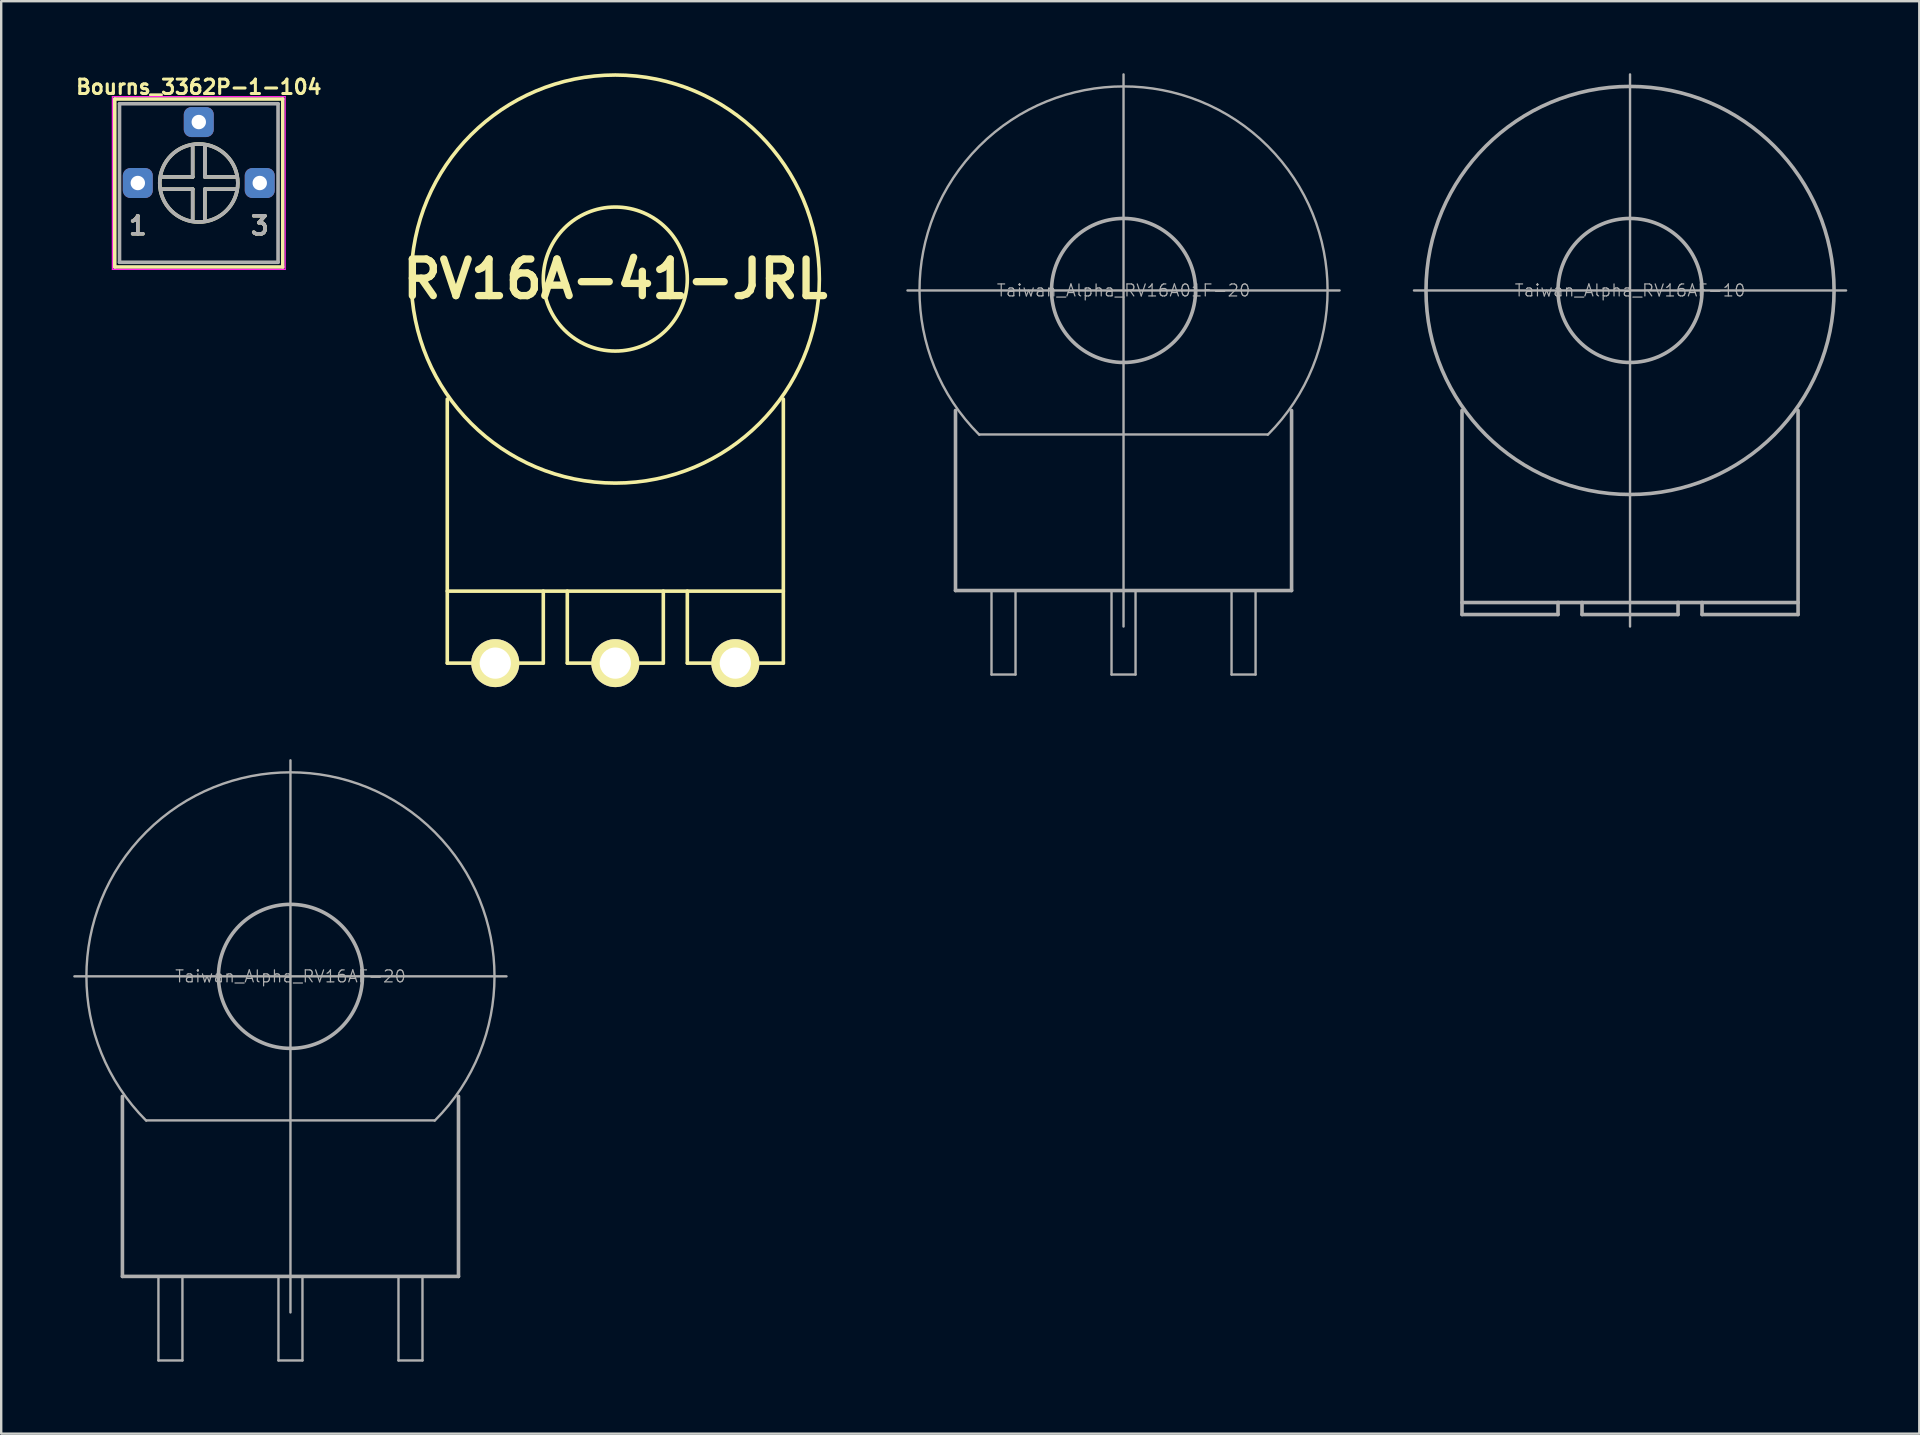
<source format=kicad_pcb>
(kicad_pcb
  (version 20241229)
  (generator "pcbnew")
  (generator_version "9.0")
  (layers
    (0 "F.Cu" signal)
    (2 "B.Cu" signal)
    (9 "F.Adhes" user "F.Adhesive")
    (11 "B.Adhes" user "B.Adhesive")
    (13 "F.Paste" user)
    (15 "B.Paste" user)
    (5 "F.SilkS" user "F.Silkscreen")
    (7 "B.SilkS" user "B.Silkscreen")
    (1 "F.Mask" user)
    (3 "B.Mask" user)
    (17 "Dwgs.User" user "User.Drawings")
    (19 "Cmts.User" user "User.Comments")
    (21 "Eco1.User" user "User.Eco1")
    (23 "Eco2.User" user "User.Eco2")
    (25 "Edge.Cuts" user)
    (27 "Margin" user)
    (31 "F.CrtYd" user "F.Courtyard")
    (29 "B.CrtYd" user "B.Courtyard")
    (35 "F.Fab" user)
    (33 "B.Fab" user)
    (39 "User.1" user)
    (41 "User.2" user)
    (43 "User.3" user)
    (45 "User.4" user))
  (footprint "RV16A-41-JRL"
    (layer "F.Cu")
    (at 22.583 8.575)
    (property "Reference" "RV16A-41-JRL" (at 0 0 0) (layer "F.SilkS") (effects (font (size 1.524 1.524) (thickness 0.305))))
    (attr through_hole)
    (fp_line (start -7 13) (end 7 13) (stroke (width 0.15) (type solid)) (layer "F.SilkS"))
    (fp_line (start -7 16) (end -7 5) (stroke (width 0.15) (type solid)) (layer "F.SilkS"))
    (fp_line (start -3 13) (end -3 16) (stroke (width 0.15) (type solid)) (layer "F.SilkS"))
    (fp_line (start -3 16) (end -7 16) (stroke (width 0.15) (type solid)) (layer "F.SilkS"))
    (fp_line (start -2 16) (end -2 13) (stroke (width 0.15) (type solid)) (layer "F.SilkS"))
    (fp_line (start 2 13) (end 2 16) (stroke (width 0.15) (type solid)) (layer "F.SilkS"))
    (fp_line (start 2 16) (end -2 16) (stroke (width 0.15) (type solid)) (layer "F.SilkS"))
    (fp_line (start 3 16) (end 3 13) (stroke (width 0.15) (type solid)) (layer "F.SilkS"))
    (fp_line (start 7 16) (end 3 16) (stroke (width 0.15) (type solid)) (layer "F.SilkS"))
    (fp_line (start 7 16) (end 7 5) (stroke (width 0.15) (type solid)) (layer "F.SilkS"))
    (fp_circle (center 0 0) (end 0 3) (stroke (width 0.15) (type solid)) (fill no) (layer "F.SilkS"))
    (fp_circle (center 0 0) (end 0 8.5) (stroke (width 0.15) (type solid)) (fill no) (layer "F.SilkS"))
    (pad "1" thru_hole circle (at -5 16) (size 1.999 1.999) (drill 1.3) (layers "*.Cu" "*.Mask" "F.SilkS"))
    (pad "2" thru_hole circle (at 0 16) (size 1.999 1.999) (drill 1.3) (layers "*.Cu" "*.Mask" "F.SilkS"))
    (pad "3" thru_hole circle (at 5 16) (size 1.999 1.999) (drill 1.3) (layers "*.Cu" "*.Mask" "F.SilkS")))
  (footprint "Taiwan_Alpha_RV16AF-20"
    (layer "F.Cu")
    (at 9.05 37.624)
    (property "Reference" "Taiwan_Alpha_RV16AF-20" (at 0 0 0) (layer "F.Fab") (effects (font (size 0.5 0.5) (thickness 0.05))))
    (attr through_hole)
    (fp_line (start -9 0) (end 9 0) (stroke (width 0.1) (type solid)) (layer "F.Fab"))
    (fp_line (start -7 12.5) (end -7 5) (stroke (width 0.15) (type solid)) (layer "F.Fab"))
    (fp_line (start -7 12.5) (end 7 12.5) (stroke (width 0.15) (type solid)) (layer "F.Fab"))
    (fp_line (start -6 6) (end 6 6) (stroke (width 0.1) (type solid)) (layer "F.Fab"))
    (fp_line (start -5.5 12.5) (end -5.5 16) (stroke (width 0.1) (type solid)) (layer "F.Fab"))
    (fp_line (start -5.5 16) (end -4.5 16) (stroke (width 0.1) (type solid)) (layer "F.Fab"))
    (fp_line (start -4.5 16) (end -4.5 12.5) (stroke (width 0.1) (type solid)) (layer "F.Fab"))
    (fp_line (start -0.5 12.5) (end -0.5 16) (stroke (width 0.1) (type solid)) (layer "F.Fab"))
    (fp_line (start -0.5 16) (end 0.5 16) (stroke (width 0.1) (type solid)) (layer "F.Fab"))
    (fp_line (start 0 0) (end 0 -9) (stroke (width 0.1) (type solid)) (layer "F.Fab"))
    (fp_line (start 0 0) (end 0 14) (stroke (width 0.1) (type solid)) (layer "F.Fab"))
    (fp_line (start 0.5 16) (end 0.5 12.5) (stroke (width 0.1) (type solid)) (layer "F.Fab"))
    (fp_line (start 4.5 12.5) (end 4.5 16) (stroke (width 0.1) (type solid)) (layer "F.Fab"))
    (fp_line (start 4.5 16) (end 5.5 16) (stroke (width 0.1) (type solid)) (layer "F.Fab"))
    (fp_line (start 5.5 16) (end 5.5 12.5) (stroke (width 0.1) (type solid)) (layer "F.Fab"))
    (fp_line (start 7 12.5) (end 7 5) (stroke (width 0.15) (type solid)) (layer "F.Fab"))
    (fp_arc (start -6.010408 6.010408) (mid 0 -8.500001) (end 6.010408 6.010408) (stroke (width 0.1) (type solid)) (layer "F.Fab"))
    (fp_circle (center 0 0) (end 3 0) (stroke (width 0.15) (type solid)) (fill no) (layer "F.Fab")))
  (footprint "Taiwan_Alpha_RV16AF-10"
    (layer "F.Cu")
    (at 64.855 9.05)
    (property "Reference" "Taiwan_Alpha_RV16AF-10" (at 0 0 0) (layer "F.Fab") (effects (font (size 0.5 0.5) (thickness 0.05))))
    (attr through_hole)
    (fp_line (start -9 0) (end 9 0) (stroke (width 0.1) (type solid)) (layer "F.Fab"))
    (fp_line (start -7 13) (end 7 13) (stroke (width 0.15) (type solid)) (layer "F.Fab"))
    (fp_line (start -7 13.5) (end -7 5) (stroke (width 0.15) (type solid)) (layer "F.Fab"))
    (fp_line (start -3 13) (end -3 13.5) (stroke (width 0.15) (type solid)) (layer "F.Fab"))
    (fp_line (start -3 13.5) (end -7 13.5) (stroke (width 0.15) (type solid)) (layer "F.Fab"))
    (fp_line (start -2 13.5) (end -2 13) (stroke (width 0.15) (type solid)) (layer "F.Fab"))
    (fp_line (start 0 0) (end 0 -9) (stroke (width 0.1) (type solid)) (layer "F.Fab"))
    (fp_line (start 0 0) (end 0 14) (stroke (width 0.1) (type solid)) (layer "F.Fab"))
    (fp_line (start 2 13) (end 2 13.5) (stroke (width 0.15) (type solid)) (layer "F.Fab"))
    (fp_line (start 2 13.5) (end -2 13.5) (stroke (width 0.15) (type solid)) (layer "F.Fab"))
    (fp_line (start 3 13.5) (end 3 13) (stroke (width 0.15) (type solid)) (layer "F.Fab"))
    (fp_line (start 7 13.5) (end 3 13.5) (stroke (width 0.15) (type solid)) (layer "F.Fab"))
    (fp_line (start 7 13.5) (end 7 5) (stroke (width 0.15) (type solid)) (layer "F.Fab"))
    (fp_circle (center 0 0) (end 3 0) (stroke (width 0.15) (type solid)) (fill no) (layer "F.Fab"))
    (fp_circle (center 0 0) (end 8.5 0) (stroke (width 0.15) (type solid)) (fill no) (layer "F.Fab")))
  (footprint "Taiwan_Alpha_RV16A01F-20"
    (layer "F.Cu")
    (at 43.755 9.05)
    (property "Reference" "Taiwan_Alpha_RV16A01F-20" (at 0 0 0) (layer "F.Fab") (effects (font (size 0.5 0.5) (thickness 0.05))))
    (attr through_hole)
    (fp_line (start -9 0) (end 9 0) (stroke (width 0.1) (type solid)) (layer "F.Fab"))
    (fp_line (start -7 12.5) (end -7 5) (stroke (width 0.15) (type solid)) (layer "F.Fab"))
    (fp_line (start -7 12.5) (end 7 12.5) (stroke (width 0.15) (type solid)) (layer "F.Fab"))
    (fp_line (start -6 6) (end 6 6) (stroke (width 0.1) (type solid)) (layer "F.Fab"))
    (fp_line (start -5.5 12.5) (end -5.5 16) (stroke (width 0.1) (type solid)) (layer "F.Fab"))
    (fp_line (start -5.5 16) (end -4.5 16) (stroke (width 0.1) (type solid)) (layer "F.Fab"))
    (fp_line (start -4.5 16) (end -4.5 12.5) (stroke (width 0.1) (type solid)) (layer "F.Fab"))
    (fp_line (start -0.5 12.5) (end -0.5 16) (stroke (width 0.1) (type solid)) (layer "F.Fab"))
    (fp_line (start -0.5 16) (end 0.5 16) (stroke (width 0.1) (type solid)) (layer "F.Fab"))
    (fp_line (start 0 0) (end 0 -9) (stroke (width 0.1) (type solid)) (layer "F.Fab"))
    (fp_line (start 0 0) (end 0 14) (stroke (width 0.1) (type solid)) (layer "F.Fab"))
    (fp_line (start 0.5 16) (end 0.5 12.5) (stroke (width 0.1) (type solid)) (layer "F.Fab"))
    (fp_line (start 4.5 12.5) (end 4.5 16) (stroke (width 0.1) (type solid)) (layer "F.Fab"))
    (fp_line (start 4.5 16) (end 5.5 16) (stroke (width 0.1) (type solid)) (layer "F.Fab"))
    (fp_line (start 5.5 16) (end 5.5 12.5) (stroke (width 0.1) (type solid)) (layer "F.Fab"))
    (fp_line (start 7 12.5) (end 7 5) (stroke (width 0.15) (type solid)) (layer "F.Fab"))
    (fp_arc (start -6.010408 6.010408) (mid 0 -8.500001) (end 6.010408 6.010408) (stroke (width 0.1) (type solid)) (layer "F.Fab"))
    (fp_circle (center 0 0) (end 3 0) (stroke (width 0.15) (type solid)) (fill no) (layer "F.Fab")))
  (footprint "Bourns_3362P-1-104"
    (layer "F.Cu")
    (at 5.231 4.574)
    (property "Reference" "Bourns_3362P-1-104" (at 0 -4 0) (layer "F.SilkS") (effects (font (size 0.6 0.6) (thickness 0.127))))
    (attr through_hole)
    (fp_line (start -3.5 -3.5) (end 3.5 -3.5) (stroke (width 0.15) (type solid)) (layer "F.SilkS"))
    (fp_line (start -3.5 3.5) (end -3.5 -3.5) (stroke (width 0.15) (type solid)) (layer "F.SilkS"))
    (fp_line (start -3.5 3.5) (end 3.5 3.5) (stroke (width 0.15) (type solid)) (layer "F.SilkS"))
    (fp_line (start -1.524 0.254) (end -0.254 0.254) (stroke (width 0.15) (type solid)) (layer "F.SilkS"))
    (fp_line (start -0.254 -0.254) (end -1.524 -0.254) (stroke (width 0.15) (type solid)) (layer "F.SilkS"))
    (fp_line (start -0.254 -0.254) (end -0.254 -1.524) (stroke (width 0.15) (type solid)) (layer "F.SilkS"))
    (fp_line (start -0.254 0.254) (end -0.254 1.524) (stroke (width 0.15) (type solid)) (layer "F.SilkS"))
    (fp_line (start 0.254 -0.254) (end 0.254 -1.524) (stroke (width 0.15) (type solid)) (layer "F.SilkS"))
    (fp_line (start 0.254 -0.254) (end 1.524 -0.254) (stroke (width 0.15) (type solid)) (layer "F.SilkS"))
    (fp_line (start 0.254 0.254) (end 1.524 0.254) (stroke (width 0.15) (type solid)) (layer "F.SilkS"))
    (fp_line (start 0.254 1.524) (end 0.254 0.254) (stroke (width 0.15) (type solid)) (layer "F.SilkS"))
    (fp_line (start 3.5 3.5) (end 3.5 -3.5) (stroke (width 0.15) (type solid)) (layer "F.SilkS"))
    (fp_circle (center 0 0) (end 1.27 1.016) (stroke (width 0.15) (type solid)) (fill no) (layer "F.SilkS"))
    (fp_line (start -3.6 -3.6) (end 3.6 -3.6) (stroke (width 0.05) (type solid)) (layer "F.CrtYd"))
    (fp_line (start -3.6 3.6) (end -3.6 -3.6) (stroke (width 0.05) (type solid)) (layer "F.CrtYd"))
    (fp_line (start 3.6 -3.6) (end 3.6 3.6) (stroke (width 0.05) (type solid)) (layer "F.CrtYd"))
    (fp_line (start 3.6 3.6) (end -3.6 3.6) (stroke (width 0.05) (type solid)) (layer "F.CrtYd"))
    (fp_line (start -3.302 -3.302) (end -3.302 3.302) (stroke (width 0.15) (type solid)) (layer "F.Fab"))
    (fp_line (start -3.302 3.302) (end 3.302 3.302) (stroke (width 0.15) (type solid)) (layer "F.Fab"))
    (fp_line (start -0.254 -0.254) (end -1.524 -0.254) (stroke (width 0.15) (type solid)) (layer "F.Fab"))
    (fp_line (start -0.254 -0.254) (end -0.254 -1.524) (stroke (width 0.15) (type solid)) (layer "F.Fab"))
    (fp_line (start -0.254 0.254) (end -1.524 0.254) (stroke (width 0.15) (type solid)) (layer "F.Fab"))
    (fp_line (start -0.254 1.524) (end -0.254 0.254) (stroke (width 0.15) (type solid)) (layer "F.Fab"))
    (fp_line (start 0.254 -1.524) (end 0.254 -0.254) (stroke (width 0.15) (type solid)) (layer "F.Fab"))
    (fp_line (start 0.254 -0.254) (end 0.254 -1.524) (stroke (width 0.15) (type solid)) (layer "F.Fab"))
    (fp_line (start 0.254 -0.254) (end 1.524 -0.254) (stroke (width 0.15) (type solid)) (layer "F.Fab"))
    (fp_line (start 0.254 0.254) (end 0.254 1.524) (stroke (width 0.15) (type solid)) (layer "F.Fab"))
    (fp_line (start 1.524 0.254) (end 0.254 0.254) (stroke (width 0.15) (type solid)) (layer "F.Fab"))
    (fp_line (start 3.302 -3.302) (end -3.302 -3.302) (stroke (width 0.15) (type solid)) (layer "F.Fab"))
    (fp_line (start 3.302 3.302) (end 3.302 -3.302) (stroke (width 0.15) (type solid)) (layer "F.Fab"))
    (fp_circle (center 0 0) (end 1.27 1.016) (stroke (width 0.15) (type solid)) (fill no) (layer "F.Fab"))
    (fp_text user "1" (at -2.54 1.778 0) (layer "F.SilkS") (effects (font (size 0.75 0.75) (thickness 0.15))))
    (fp_text user "3" (at 2.54 1.778 0) (layer "F.SilkS") (effects (font (size 0.75 0.75) (thickness 0.15))))
    (fp_text user "3" (at 2.54 1.778 0) (layer "F.Fab") (effects (font (size 0.75 0.75) (thickness 0.15))))
    (fp_text user "1" (at -2.54 1.778 0) (layer "F.Fab") (effects (font (size 0.75 0.75) (thickness 0.15))))
    (pad "1" thru_hole roundrect (at -2.54 0) (size 1.25 1.25) (drill 0.6) (layers "*.Cu" "*.Mask") (roundrect_rratio 0.25))
    (pad "2" thru_hole roundrect (at 0 -2.54) (size 1.25 1.25) (drill 0.6) (layers "*.Cu" "*.Mask") (roundrect_rratio 0.25))
    (pad "3" thru_hole roundrect (at 2.54 0) (size 1.25 1.25) (drill 0.6) (layers "*.Cu" "*.Mask") (roundrect_rratio 0.25)))
  (gr_rect
    (start -3 -3)
    (end 76.905 56.674)
    (stroke (width 0.1) (type default))
    (fill no)
    (layer "Edge.Cuts")))
</source>
